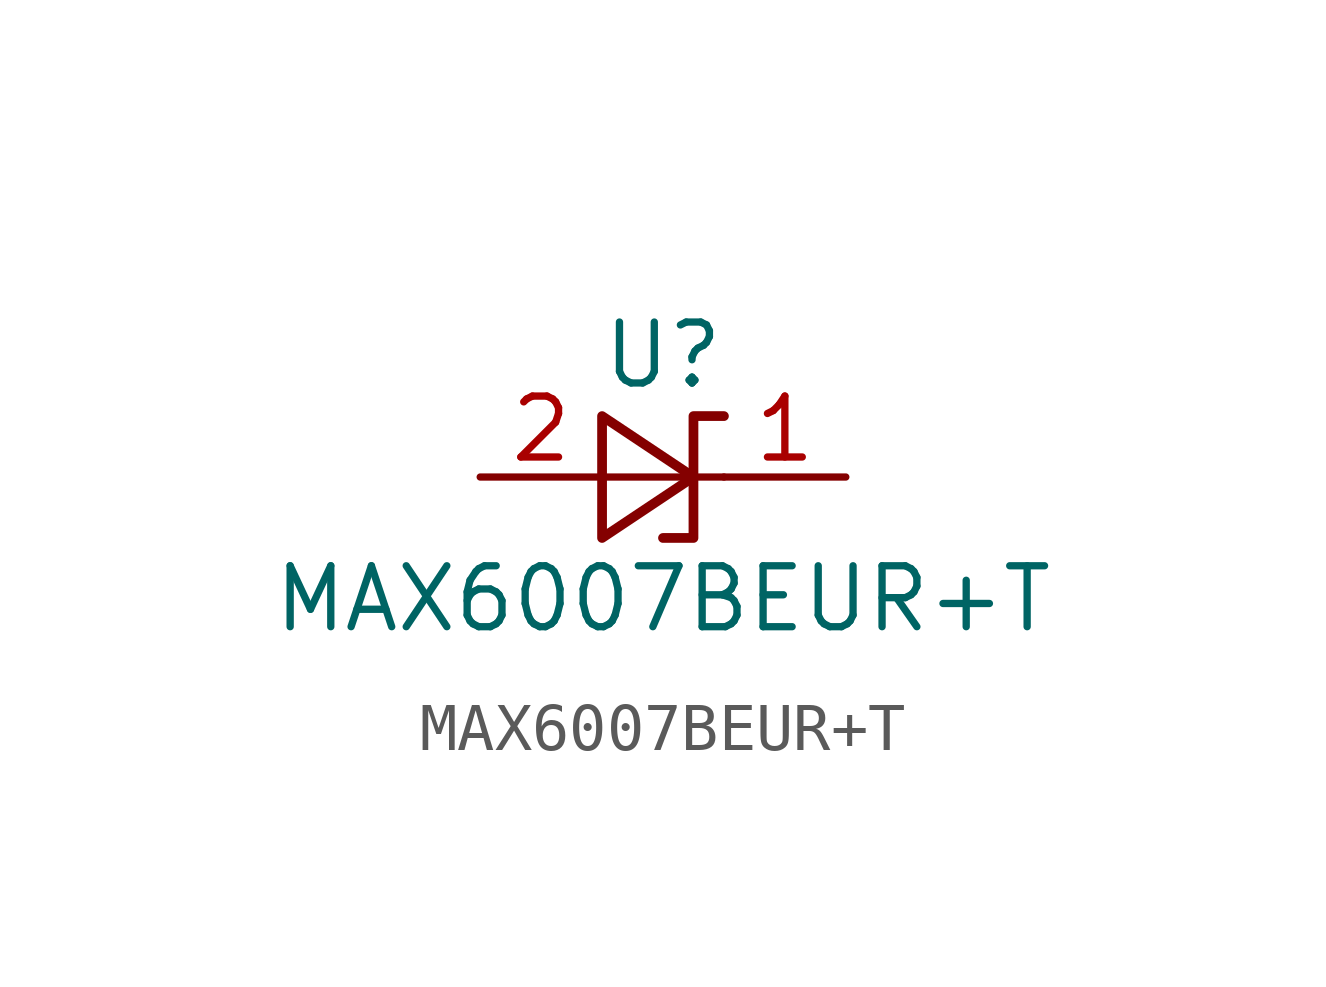
<source format=kicad_sym>
(kicad_symbol_lib
  (version 20211014)
  (generator kicad_symbol_editor)
  (symbol "MAX6007BEUR+T"
    (pin_names
      (offset 0.025) hide)
    (property "Reference" "U"
      (at 0 2.54 0)
      (effects (font (size 1.27 1.27))))
    (property "Value" "MAX6007BEUR+T"
      (at 0 -2.54 0)
      (effects (font (size 1.27 1.27))))
    (symbol "MAX6007BEUR+T_0_0"
      (pin no_connect line (at 0 5.08 0) (length 2.54) hide (name "NC" (effects (font (size 1.27 1.27)))) (number "3" (effects (font (size 1.27 1.27))))))
    (symbol "MAX6007BEUR+T_0_1"
      (polyline (pts (xy -1.27 0) (xy 0 0) (xy 1.27 0)) (stroke (width 0) (type default) (color 0 0 0 0)) (fill (type none)))
      (polyline (pts (xy -1.27 -1.27) (xy 0.635 0) (xy -1.27 1.27) (xy -1.27 -1.27)) (stroke (width 0.203) (type default) (color 0 0 0 0)) (fill (type none)))
      (polyline (pts (xy 0 -1.27) (xy 0.635 -1.27) (xy 0.635 1.27) (xy 1.27 1.27)) (stroke (width 0.203) (type default) (color 0 0 0 0)) (fill (type none))))
    (symbol "MAX6007BEUR+T_1_1"
      (pin passive line (at 3.81 0 180) (length 2.54) (name "K" (effects (font (size 1.27 1.27)))) (number "1" (effects (font (size 1.27 1.27)))))
      (pin passive line (at -3.81 0 0) (length 2.54) (name "A" (effects (font (size 1.27 1.27)))) (number "2" (effects (font (size 1.27 1.27))))))))
</source>
